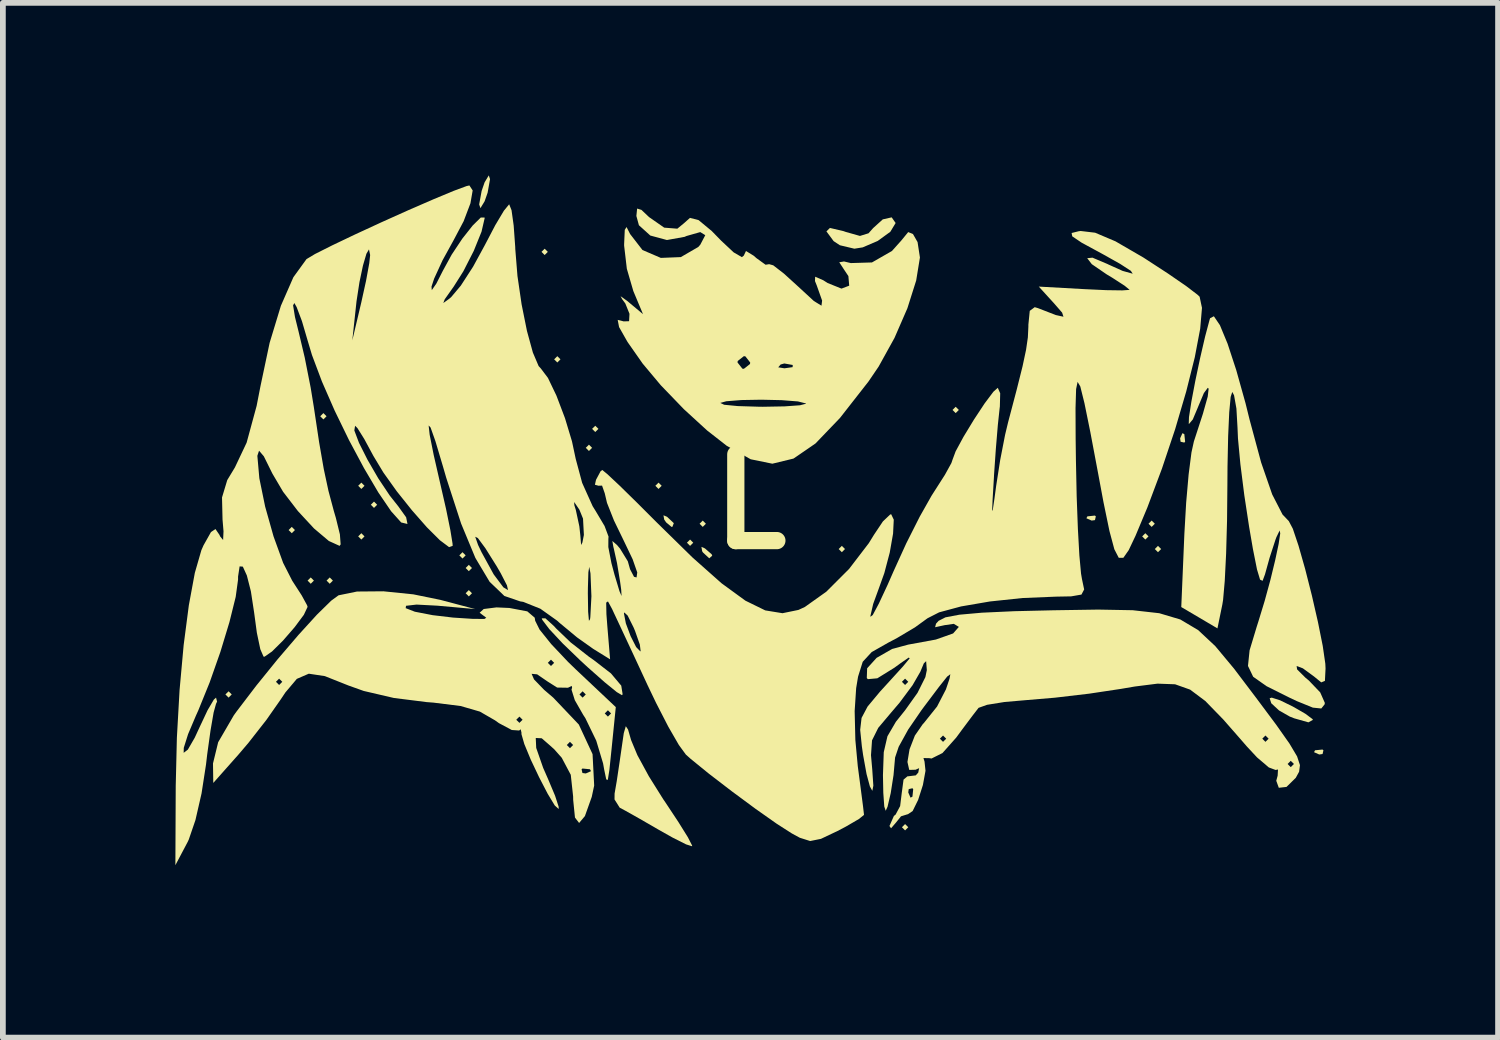
<source format=kicad_pcb>
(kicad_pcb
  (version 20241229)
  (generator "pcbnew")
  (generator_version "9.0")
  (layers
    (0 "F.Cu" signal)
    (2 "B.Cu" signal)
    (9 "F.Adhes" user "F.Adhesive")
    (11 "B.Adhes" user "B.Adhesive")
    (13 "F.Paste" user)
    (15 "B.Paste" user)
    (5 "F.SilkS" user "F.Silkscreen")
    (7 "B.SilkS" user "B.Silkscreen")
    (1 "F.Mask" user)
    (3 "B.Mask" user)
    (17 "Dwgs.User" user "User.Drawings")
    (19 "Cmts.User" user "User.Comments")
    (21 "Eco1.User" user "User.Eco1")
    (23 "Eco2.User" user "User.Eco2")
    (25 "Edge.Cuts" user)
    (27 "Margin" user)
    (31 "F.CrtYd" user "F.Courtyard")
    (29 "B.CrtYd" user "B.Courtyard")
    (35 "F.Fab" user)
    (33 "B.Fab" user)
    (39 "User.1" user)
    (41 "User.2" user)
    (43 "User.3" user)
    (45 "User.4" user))
  (footprint "L"
    (layer "F.Cu")
    (at 9.996 5.673)
    (property "Reference" "L" (at 0 0 0) (layer "F.SilkS") (effects (font (size 1.5 1.5) (thickness 0.3))))
    (attr board_only exclude_from_pos_files exclude_from_bom)
    (fp_poly (pts (xy -9.016 3.354) (xy -9.071 3.409) (xy -9.126 3.354) (xy -9.071 3.299)) (stroke (width 0) (type solid)) (fill yes) (layer "F.SilkS"))
    (fp_poly (pts (xy -7.917 0.495) (xy -7.972 0.55) (xy -8.027 0.495) (xy -7.972 0.44)) (stroke (width 0) (type solid)) (fill yes) (layer "F.SilkS"))
    (fp_poly (pts (xy -7.587 1.374) (xy -7.642 1.429) (xy -7.697 1.374) (xy -7.642 1.319)) (stroke (width 0) (type solid)) (fill yes) (layer "F.SilkS"))
    (fp_poly (pts (xy -7.367 -1.484) (xy -7.422 -1.429) (xy -7.477 -1.484) (xy -7.422 -1.539)) (stroke (width 0) (type solid)) (fill yes) (layer "F.SilkS"))
    (fp_poly (pts (xy -7.257 1.374) (xy -7.312 1.429) (xy -7.367 1.374) (xy -7.312 1.319)) (stroke (width 0) (type solid)) (fill yes) (layer "F.SilkS"))
    (fp_poly (pts (xy -6.707 -0.275) (xy -6.762 -0.22) (xy -6.817 -0.275) (xy -6.762 -0.33)) (stroke (width 0) (type solid)) (fill yes) (layer "F.SilkS"))
    (fp_poly (pts (xy -6.707 0.605) (xy -6.762 0.66) (xy -6.817 0.605) (xy -6.762 0.55)) (stroke (width 0) (type solid)) (fill yes) (layer "F.SilkS"))
    (fp_poly (pts (xy -6.487 0.055) (xy -6.542 0.11) (xy -6.597 0.055) (xy -6.542 -0.000001)) (stroke (width 0) (type solid)) (fill yes) (layer "F.SilkS"))
    (fp_poly (pts (xy -4.948 0.935) (xy -5.003 0.99) (xy -5.058 0.935) (xy -5.003 0.88)) (stroke (width 0) (type solid)) (fill yes) (layer "F.SilkS"))
    (fp_poly (pts (xy -4.838 1.155) (xy -4.893 1.21) (xy -4.948 1.155) (xy -4.893 1.1)) (stroke (width 0) (type solid)) (fill yes) (layer "F.SilkS"))
    (fp_poly (pts (xy -4.838 1.594) (xy -4.893 1.649) (xy -4.948 1.594) (xy -4.893 1.539)) (stroke (width 0) (type solid)) (fill yes) (layer "F.SilkS"))
    (fp_poly (pts (xy -3.519 -4.343) (xy -3.574 -4.288) (xy -3.629 -4.343) (xy -3.574 -4.398)) (stroke (width 0) (type solid)) (fill yes) (layer "F.SilkS"))
    (fp_poly (pts (xy -3.299 -2.474) (xy -3.354 -2.419) (xy -3.409 -2.474) (xy -3.354 -2.529)) (stroke (width 0) (type solid)) (fill yes) (layer "F.SilkS"))
    (fp_poly (pts (xy -2.749 -0.935) (xy -2.804 -0.88) (xy -2.859 -0.935) (xy -2.804 -0.99)) (stroke (width 0) (type solid)) (fill yes) (layer "F.SilkS"))
    (fp_poly (pts (xy -2.639 -1.265) (xy -2.694 -1.21) (xy -2.749 -1.265) (xy -2.694 -1.319)) (stroke (width 0) (type solid)) (fill yes) (layer "F.SilkS"))
    (fp_poly (pts (xy -1.539 -0.275) (xy -1.594 -0.22) (xy -1.649 -0.275) (xy -1.594 -0.33)) (stroke (width 0) (type solid)) (fill yes) (layer "F.SilkS"))
    (fp_poly (pts (xy -0.99 0.715) (xy -1.045 0.77) (xy -1.1 0.715) (xy -1.045 0.66)) (stroke (width 0) (type solid)) (fill yes) (layer "F.SilkS"))
    (fp_poly (pts (xy -0.77 0.385) (xy -0.825 0.44) (xy -0.88 0.385) (xy -0.825 0.33)) (stroke (width 0) (type solid)) (fill yes) (layer "F.SilkS"))
    (fp_poly (pts (xy 1.649 0.825) (xy 1.594 0.88) (xy 1.539 0.825) (xy 1.594 0.77)) (stroke (width 0) (type solid)) (fill yes) (layer "F.SilkS"))
    (fp_poly (pts (xy 2.749 5.663) (xy 2.694 5.718) (xy 2.639 5.663) (xy 2.694 5.608)) (stroke (width 0) (type solid)) (fill yes) (layer "F.SilkS"))
    (fp_poly (pts (xy 3.629 -1.594) (xy 3.574 -1.539) (xy 3.519 -1.594) (xy 3.574 -1.649)) (stroke (width 0) (type solid)) (fill yes) (layer "F.SilkS"))
    (fp_poly (pts (xy 6.927 0.605) (xy 6.872 0.66) (xy 6.817 0.605) (xy 6.872 0.55)) (stroke (width 0) (type solid)) (fill yes) (layer "F.SilkS"))
    (fp_poly (pts (xy 7.037 0.385) (xy 6.982 0.44) (xy 6.927 0.385) (xy 6.982 0.33)) (stroke (width 0) (type solid)) (fill yes) (layer "F.SilkS"))
    (fp_poly (pts (xy 7.147 0.825) (xy 7.092 0.88) (xy 7.037 0.825) (xy 7.092 0.77)) (stroke (width 0) (type solid)) (fill yes) (layer "F.SilkS"))
    (fp_poly (pts (xy 6.011 0.257) (xy 5.996 0.322) (xy 5.938 0.33) (xy 5.847 0.29) (xy 5.864 0.257) (xy 5.995 0.243)) (stroke (width 0) (type solid)) (fill yes) (layer "F.SilkS"))
    (fp_poly (pts (xy 7.55 -1.173) (xy 7.564 -1.042) (xy 7.55 -1.026) (xy 7.485 -1.041) (xy 7.477 -1.1) (xy 7.517 -1.19)) (stroke (width 0) (type solid)) (fill yes) (layer "F.SilkS"))
    (fp_poly (pts (xy 9.969 4.325) (xy 9.954 4.39) (xy 9.896 4.398) (xy 9.806 4.358) (xy 9.823 4.325) (xy 9.953 4.312)) (stroke (width 0) (type solid)) (fill yes) (layer "F.SilkS"))
    (fp_poly (pts (xy -1.446 0.264) (xy -1.328 0.375) (xy -1.353 0.439) (xy -1.368 0.44) (xy -1.461 0.362) (xy -1.495 0.313) (xy -1.508 0.238)) (stroke (width 0) (type solid)) (fill yes) (layer "F.SilkS"))
    (fp_poly (pts (xy -0.787 0.814) (xy -0.67 0.916) (xy -0.66 0.941) (xy -0.712 0.986) (xy -0.821 0.885) (xy -0.835 0.863) (xy -0.848 0.787)) (stroke (width 0) (type solid)) (fill yes) (layer "F.SilkS"))
    (fp_poly (pts (xy -4.524 -5.608) (xy -4.566 -5.372) (xy -4.618 -5.223) (xy -4.691 -5.103) (xy -4.713 -5.168) (xy -4.67 -5.403) (xy -4.618 -5.553) (xy -4.546 -5.673)) (stroke (width 0) (type solid)) (fill yes) (layer "F.SilkS"))
    (fp_poly (pts (xy 9.214 3.455) (xy 9.437 3.564) (xy 9.654 3.689) (xy 9.779 3.782) (xy 9.786 3.796) (xy 9.708 3.839) (xy 9.461 3.769) (xy 9.385 3.739) (xy 9.197 3.632) (xy 9.062 3.507) (xy 9.034 3.42) (xy 9.07 3.409)) (stroke (width 0) (type solid)) (fill yes) (layer "F.SilkS"))
    (fp_poly (pts (xy 2.529 -4.845) (xy 2.529 -4.844) (xy 2.437 -4.692) (xy 2.218 -4.533) (xy 1.957 -4.421) (xy 1.812 -4.398) (xy 1.56 -4.458) (xy 1.451 -4.53) (xy 1.326 -4.699) (xy 1.387 -4.759) (xy 1.625 -4.703) (xy 1.658 -4.691) (xy 1.909 -4.62) (xy 2.058 -4.666) (xy 2.138 -4.756) (xy 2.306 -4.908) (xy 2.461 -4.943)) (stroke (width 0) (type solid)) (fill yes) (layer "F.SilkS"))
    (fp_poly (pts (xy -3.41 2.167) (xy -3.377 2.204) (xy -3.124 2.447) (xy -2.801 2.7) (xy -2.723 2.754) (xy -2.421 2.988) (xy -2.242 3.201) (xy -2.218 3.352) (xy -2.23 3.366) (xy -2.32 3.313) (xy -2.531 3.141) (xy -2.823 2.883) (xy -2.947 2.769) (xy -3.258 2.469) (xy -3.493 2.218) (xy -3.615 2.057) (xy -3.625 2.03) (xy -3.561 2.03)) (stroke (width 0) (type solid)) (fill yes) (layer "F.SilkS"))
    (fp_poly (pts (xy -2.124 3.964) (xy -2.071 4.147) (xy -1.962 4.409) (xy -1.763 4.775) (xy -1.514 5.173) (xy -1.475 5.23) (xy -1.248 5.573) (xy -1.083 5.838) (xy -1.01 5.981) (xy -1.01 5.994) (xy -1.115 5.961) (xy -1.351 5.842) (xy -1.594 5.705) (xy -1.916 5.519) (xy -2.168 5.377) (xy -2.269 5.323) (xy -2.359 5.18) (xy -2.358 5.078) (xy -2.321 4.864) (xy -2.271 4.529) (xy -2.244 4.343) (xy -2.198 4.026) (xy -2.163 3.906)) (stroke (width 0) (type solid)) (fill yes) (layer "F.SilkS"))
    (fp_poly (pts (xy 8.169 -3.068) (xy 8.302 -2.747) (xy 8.453 -2.287) (xy 8.614 -1.712) (xy 8.684 -1.429) (xy 8.886 -0.68) (xy 9.078 -0.125) (xy 9.258 0.225) (xy 9.367 0.339) (xy 9.437 0.472) (xy 9.536 0.767) (xy 9.651 1.171) (xy 9.768 1.632) (xy 9.874 2.095) (xy 9.957 2.509) (xy 10.002 2.819) (xy 10.006 2.903) (xy 9.995 3.118) (xy 9.931 3.144) (xy 9.805 3.041) (xy 9.612 2.9) (xy 9.503 2.859) (xy 9.511 2.918) (xy 9.657 3.063) (xy 9.716 3.112) (xy 9.913 3.318) (xy 9.993 3.499) (xy 9.991 3.524) (xy 9.932 3.598) (xy 9.785 3.583) (xy 9.505 3.469) (xy 9.378 3.409) (xy 8.98 3.21) (xy 8.747 3.046) (xy 8.657 2.858) (xy 8.685 2.587) (xy 8.809 2.176) (xy 8.839 2.082) (xy 8.947 1.728) (xy 9.047 1.362) (xy 9.13 1.02) (xy 9.19 0.738) (xy 9.218 0.553) (xy 9.208 0.502) (xy 9.151 0.62) (xy 9.136 0.66) (xy 9.032 0.98) (xy 8.953 1.265) (xy 8.911 1.378) (xy 8.867 1.357) (xy 8.814 1.18) (xy 8.743 0.824) (xy 8.677 0.44) (xy 8.593 -0.112) (xy 8.525 -0.651) (xy 8.483 -1.098) (xy 8.475 -1.286) (xy 8.456 -1.618) (xy 8.415 -1.848) (xy 8.384 -1.907) (xy 8.356 -1.822) (xy 8.331 -1.553) (xy 8.312 -1.136) (xy 8.301 -0.609) (xy 8.299 -0.292) (xy 8.293 0.328) (xy 8.277 0.903) (xy 8.253 1.381) (xy 8.224 1.711) (xy 8.211 1.79) (xy 8.126 2.205) (xy 7.811 2.019) (xy 7.497 1.834) (xy 7.551 0.559) (xy 7.582 0.018) (xy 7.625 -0.473) (xy 7.674 -0.854) (xy 7.716 -1.045) (xy 7.873 -1.527) (xy 7.957 -1.826) (xy 7.973 -1.964) (xy 7.958 -1.979) (xy 7.89 -1.887) (xy 7.796 -1.664) (xy 7.788 -1.644) (xy 7.697 -1.428) (xy 7.631 -1.35) (xy 7.627 -1.353) (xy 7.631 -1.469) (xy 7.673 -1.74) (xy 7.742 -2.104) (xy 7.826 -2.501) (xy 7.912 -2.872) (xy 7.988 -3.157) (xy 7.998 -3.189) (xy 8.064 -3.223)) (stroke (width 0) (type solid)) (fill yes) (layer "F.SilkS"))
    (fp_poly (pts (xy -1.891 -5.073) (xy -1.759 -4.948) (xy -1.495 -4.764) (xy -1.267 -4.746) (xy -1.155 -4.838) (xy -1.047 -4.934) (xy -0.897 -4.895) (xy -0.669 -4.706) (xy -0.503 -4.536) (xy -0.287 -4.334) (xy -0.144 -4.251) (xy -0.111 -4.278) (xy -0.073 -4.358) (xy 0.061 -4.276) (xy 0.11 -4.233) (xy 0.268 -4.119) (xy 0.33 -4.129) (xy 0.401 -4.109) (xy 0.587 -3.965) (xy 0.841 -3.734) (xy 1.108 -3.488) (xy 1.24 -3.407) (xy 1.251 -3.496) (xy 1.157 -3.761) (xy 1.127 -3.835) (xy 1.13 -3.911) (xy 1.27 -3.85) (xy 1.347 -3.801) (xy 1.588 -3.704) (xy 1.722 -3.755) (xy 1.708 -3.921) (xy 1.631 -4.037) (xy 1.549 -4.162) (xy 1.632 -4.176) (xy 1.75 -4.148) (xy 2.118 -4.159) (xy 2.465 -4.358) (xy 2.628 -4.54) (xy 2.748 -4.687) (xy 2.831 -4.653) (xy 2.911 -4.513) (xy 2.952 -4.245) (xy 2.887 -3.845) (xy 2.734 -3.362) (xy 2.51 -2.847) (xy 2.234 -2.348) (xy 2.058 -2.089) (xy 1.562 -1.455) (xy 1.136 -1.011) (xy 0.753 -0.748) (xy 0.386 -0.659) (xy 0.009 -0.736) (xy -0.406 -0.969) (xy -0.749 -1.237) (xy -1.153 -1.607) (xy -1.258 -1.716) (xy -0.52 -1.716) (xy -0.452 -1.684) (xy -0.214 -1.661) (xy 0.147 -1.65) (xy 0.22 -1.649) (xy 0.599 -1.656) (xy 0.866 -1.675) (xy 0.971 -1.702) (xy 0.969 -1.707) (xy 0.83 -1.742) (xy 0.547 -1.764) (xy 0.195 -1.772) (xy -0.151 -1.766) (xy -0.415 -1.745) (xy -0.52 -1.716) (xy -1.258 -1.716) (xy -1.555 -2.024) (xy -1.869 -2.399) (xy -1.872 -2.403) (xy -1.883 -2.419) (xy -0.22 -2.419) (xy -0.136 -2.312) (xy -0.11 -2.309) (xy -0.076 -2.335) (xy 0.488 -2.335) (xy 0.596 -2.318) (xy 0.738 -2.338) (xy 0.74 -2.376) (xy 0.593 -2.402) (xy 0.529 -2.384) (xy 0.488 -2.335) (xy -0.076 -2.335) (xy -0.003 -2.393) (xy -0.000001 -2.419) (xy -0.084 -2.526) (xy -0.11 -2.529) (xy -0.217 -2.445) (xy -0.22 -2.419) (xy -1.883 -2.419) (xy -2.133 -2.776) (xy -2.28 -3.035) (xy -2.304 -3.16) (xy -2.199 -3.134) (xy -2.106 -3.137) (xy -2.099 -3.266) (xy -2.171 -3.445) (xy -2.227 -3.521) (xy -2.254 -3.572) (xy -2.139 -3.49) (xy -2.114 -3.469) (xy -1.864 -3.26) (xy -2.032 -3.661) (xy -2.145 -4.049) (xy -2.192 -4.451) (xy -2.192 -4.477) (xy -2.181 -4.725) (xy -2.15 -4.775) (xy -2.088 -4.653) (xy -1.873 -4.375) (xy -1.554 -4.238) (xy -1.206 -4.252) (xy -0.903 -4.428) (xy -0.868 -4.467) (xy -0.781 -4.633) (xy -0.868 -4.687) (xy -1.107 -4.619) (xy -1.141 -4.604) (xy -1.448 -4.549) (xy -1.737 -4.627) (xy -1.935 -4.806) (xy -1.979 -4.967) (xy -1.966 -5.096)) (stroke (width 0) (type solid)) (fill yes) (layer "F.SilkS"))
    (fp_poly (pts (xy -5.858 1.613) (xy -5.388 1.709) (xy -4.783 1.869) (xy -5.441 1.81) (xy -5.802 1.791) (xy -5.985 1.812) (xy -5.991 1.853) (xy -5.832 1.915) (xy -5.522 1.975) (xy -5.168 2.017) (xy -4.83 2.039) (xy -4.622 2.041) (xy -4.589 2.02) (xy -4.591 2.019) (xy -4.705 1.933) (xy -4.634 1.868) (xy -4.412 1.84) (xy -4.187 1.85) (xy -3.876 1.909) (xy -3.747 2.019) (xy -3.739 2.072) (xy -3.663 2.225) (xy -3.46 2.478) (xy -3.168 2.787) (xy -3.038 2.913) (xy -2.337 3.574) (xy -2.409 4.288) (xy -2.448 4.664) (xy -2.476 4.84) (xy -2.503 4.832) (xy -2.539 4.66) (xy -2.558 4.553) (xy -2.677 4.157) (xy -2.867 3.765) (xy -2.903 3.71) (xy -2.918 3.684) (xy -2.529 3.684) (xy -2.474 3.739) (xy -2.419 3.684) (xy -2.474 3.629) (xy -2.529 3.684) (xy -2.918 3.684) (xy -3.05 3.453) (xy -3.081 3.354) (xy -2.969 3.354) (xy -2.914 3.409) (xy -2.859 3.354) (xy -2.914 3.299) (xy -2.969 3.354) (xy -3.081 3.354) (xy -3.107 3.271) (xy -3.097 3.235) (xy -3.104 3.205) (xy -3.168 3.237) (xy -3.357 3.234) (xy -3.526 3.127) (xy -3.705 3.004) (xy -3.801 2.995) (xy -3.759 3.092) (xy -3.584 3.273) (xy -3.423 3.411) (xy -2.98 3.877) (xy -2.741 4.392) (xy -2.713 4.938) (xy -2.755 5.135) (xy -2.874 5.469) (xy -2.975 5.589) (xy -3.047 5.495) (xy -3.078 5.188) (xy -3.079 5.129) (xy -3.12 4.751) (xy -3.171 4.655) (xy -2.932 4.655) (xy -2.917 4.72) (xy -2.859 4.728) (xy -2.768 4.688) (xy -2.786 4.655) (xy -2.916 4.642) (xy -2.932 4.655) (xy -3.171 4.655) (xy -3.277 4.455) (xy -3.409 4.306) (xy -3.491 4.233) (xy -3.189 4.233) (xy -3.134 4.288) (xy -3.079 4.233) (xy -3.134 4.178) (xy -3.189 4.233) (xy -3.491 4.233) (xy -3.625 4.116) (xy -3.729 4.111) (xy -3.721 4.284) (xy -3.6 4.631) (xy -3.514 4.827) (xy -3.393 5.115) (xy -3.331 5.306) (xy -3.33 5.346) (xy -3.398 5.285) (xy -3.521 5.082) (xy -3.67 4.795) (xy -3.816 4.487) (xy -3.928 4.216) (xy -3.978 4.043) (xy -3.977 4.02) (xy -3.991 3.96) (xy -4.018 3.981) (xy -4.146 3.972) (xy -4.369 3.853) (xy -4.439 3.803) (xy -4.455 3.794) (xy -4.068 3.794) (xy -4.013 3.848) (xy -3.958 3.794) (xy -4.013 3.739) (xy -4.068 3.794) (xy -4.455 3.794) (xy -4.701 3.652) (xy -5.035 3.555) (xy -5.508 3.496) (xy -5.626 3.487) (xy -6.197 3.415) (xy -6.721 3.293) (xy -6.987 3.198) (xy -7.397 3.035) (xy -7.676 2.993) (xy -7.884 3.083) (xy -8.083 3.319) (xy -8.161 3.436) (xy -8.413 3.796) (xy -8.726 4.196) (xy -8.898 4.398) (xy -9.337 4.893) (xy -9.342 4.554) (xy -9.252 4.185) (xy -8.98 3.717) (xy -8.934 3.653) (xy -8.587 3.198) (xy -8.535 3.134) (xy -8.247 3.134) (xy -8.192 3.189) (xy -8.137 3.134) (xy -8.192 3.079) (xy -8.247 3.134) (xy -8.535 3.134) (xy -8.268 2.804) (xy -3.519 2.804) (xy -3.464 2.859) (xy -3.409 2.804) (xy -3.464 2.749) (xy -3.519 2.804) (xy -8.268 2.804) (xy -8.217 2.741) (xy -7.855 2.318) (xy -7.534 1.966) (xy -7.286 1.723) (xy -7.159 1.63) (xy -6.837 1.564) (xy -6.379 1.56)) (stroke (width 0) (type solid)) (fill yes) (layer "F.SilkS"))
    (fp_poly (pts (xy 6.652 1.889) (xy 7.114 1.941) (xy 7.48 2.05) (xy 7.791 2.235) (xy 8.088 2.513) (xy 8.413 2.903) (xy 8.799 3.413) (xy 9.148 3.881) (xy 9.379 4.209) (xy 9.511 4.431) (xy 9.561 4.583) (xy 9.546 4.698) (xy 9.488 4.804) (xy 9.327 4.962) (xy 9.193 4.977) (xy 9.149 4.855) (xy 9.173 4.766) (xy 9.179 4.659) (xy 9.137 4.667) (xy 9.019 4.623) (xy 8.949 4.563) (xy 9.346 4.563) (xy 9.401 4.618) (xy 9.456 4.563) (xy 9.401 4.508) (xy 9.346 4.563) (xy 8.949 4.563) (xy 8.815 4.449) (xy 8.639 4.26) (xy 8.52 4.123) (xy 8.906 4.123) (xy 8.961 4.178) (xy 9.016 4.123) (xy 8.961 4.068) (xy 8.906 4.123) (xy 8.52 4.123) (xy 8.229 3.791) (xy 7.915 3.468) (xy 7.651 3.27) (xy 7.389 3.177) (xy 7.084 3.166) (xy 6.688 3.216) (xy 6.448 3.257) (xy 5.897 3.34) (xy 5.301 3.41) (xy 4.816 3.451) (xy 4.423 3.485) (xy 4.12 3.534) (xy 3.971 3.587) (xy 3.97 3.589) (xy 3.862 3.729) (xy 3.678 3.975) (xy 3.584 4.103) (xy 3.344 4.373) (xy 3.154 4.468) (xy 3.117 4.462) (xy 3.013 4.46) (xy 3.032 4.521) (xy 3.049 4.681) (xy 3.004 4.928) (xy 2.921 5.187) (xy 2.825 5.382) (xy 2.741 5.438) (xy 2.739 5.437) (xy 2.623 5.473) (xy 2.539 5.578) (xy 2.45 5.681) (xy 2.422 5.642) (xy 2.499 5.467) (xy 2.529 5.443) (xy 2.608 5.295) (xy 2.637 5.058) (xy 2.749 5.058) (xy 2.789 5.149) (xy 2.822 5.131) (xy 2.835 5.001) (xy 2.822 4.985) (xy 2.757 5) (xy 2.749 5.058) (xy 2.637 5.058) (xy 2.639 5.045) (xy 2.667 4.835) (xy 2.737 4.776) (xy 2.741 4.778) (xy 2.88 4.761) (xy 2.923 4.713) (xy 2.938 4.636) (xy 2.876 4.663) (xy 2.766 4.666) (xy 2.735 4.528) (xy 2.771 4.309) (xy 2.843 4.123) (xy 3.299 4.123) (xy 3.354 4.178) (xy 3.409 4.123) (xy 3.354 4.068) (xy 3.299 4.123) (xy 2.843 4.123) (xy 2.864 4.069) (xy 3.003 3.868) (xy 3.018 3.854) (xy 3.25 3.564) (xy 3.404 3.266) (xy 3.466 3.082) (xy 3.481 3.002) (xy 3.426 3.043) (xy 3.282 3.224) (xy 3.029 3.56) (xy 2.98 3.626) (xy 2.748 3.964) (xy 2.583 4.263) (xy 2.52 4.45) (xy 2.493 4.756) (xy 2.444 5.07) (xy 2.389 5.306) (xy 2.357 5.377) (xy 2.332 5.303) (xy 2.315 5.064) (xy 2.309 4.757) (xy 2.323 4.358) (xy 2.387 4.081) (xy 2.534 3.829) (xy 2.694 3.629) (xy 2.91 3.326) (xy 3.047 3.052) (xy 3.072 2.931) (xy 3.06 2.775) (xy 3.02 2.813) (xy 2.959 2.959) (xy 2.824 3.193) (xy 2.598 3.497) (xy 2.458 3.661) (xy 2.227 3.935) (xy 2.119 4.152) (xy 2.101 4.41) (xy 2.123 4.661) (xy 2.142 4.94) (xy 2.124 5.03) (xy 2.082 4.954) (xy 2.024 4.739) (xy 1.964 4.408) (xy 1.942 4.255) (xy 1.913 3.969) (xy 1.937 3.762) (xy 2.042 3.564) (xy 2.257 3.306) (xy 2.393 3.157) (xy 2.414 3.134) (xy 2.639 3.134) (xy 2.694 3.189) (xy 2.749 3.134) (xy 2.694 3.079) (xy 2.639 3.134) (xy 2.414 3.134) (xy 2.655 2.869) (xy 2.774 2.726) (xy 2.758 2.712) (xy 2.612 2.813) (xy 2.508 2.889) (xy 2.211 3.073) (xy 2.046 3.088) (xy 2.028 3.068) (xy 2.034 2.899) (xy 2.199 2.717) (xy 2.468 2.563) (xy 2.749 2.487) (xy 3.229 2.399) (xy 3.529 2.293) (xy 3.629 2.179) (xy 3.541 2.126) (xy 3.381 2.149) (xy 3.216 2.185) (xy 3.232 2.123) (xy 3.276 2.074) (xy 3.395 2.013) (xy 3.638 1.967) (xy 4.029 1.932) (xy 4.594 1.906) (xy 5.274 1.89) (xy 6.052 1.878)) (stroke (width 0) (type solid)) (fill yes) (layer "F.SilkS"))
    (fp_poly (pts (xy -4.826 -5.411) (xy -4.865 -5.187) (xy -4.983 -4.876) (xy -5.159 -4.543) (xy -5.351 -4.194) (xy -5.496 -3.878) (xy -5.542 -3.739) (xy -5.537 -3.677) (xy -5.458 -3.791) (xy -5.345 -4.013) (xy -5.191 -4.295) (xy -5.006 -4.573) (xy -4.825 -4.802) (xy -4.685 -4.94) (xy -4.619 -4.94) (xy -4.618 -4.927) (xy -4.672 -4.694) (xy -4.807 -4.36) (xy -4.988 -4.005) (xy -5.156 -3.739) (xy -5.312 -3.518) (xy -5.337 -3.453) (xy -5.237 -3.525) (xy -5.2 -3.556) (xy -5.032 -3.756) (xy -4.819 -4.085) (xy -4.613 -4.463) (xy -4.432 -4.809) (xy -4.282 -5.06) (xy -4.194 -5.167) (xy -4.19 -5.168) (xy -4.15 -5.067) (xy -4.113 -4.802) (xy -4.086 -4.428) (xy -4.085 -4.392) (xy -4.047 -3.923) (xy -3.975 -3.43) (xy -3.882 -2.968) (xy -3.779 -2.592) (xy -3.679 -2.357) (xy -3.639 -2.313) (xy -3.517 -2.151) (xy -3.369 -1.842) (xy -3.221 -1.452) (xy -3.099 -1.048) (xy -3.034 -0.743) (xy -2.922 -0.326) (xy -2.74 0.079) (xy -2.686 0.166) (xy -2.532 0.425) (xy -2.463 0.609) (xy -2.466 0.647) (xy -2.467 0.791) (xy -2.413 1.07) (xy -2.359 1.272) (xy -2.273 1.558) (xy -2.237 1.642) (xy -2.243 1.532) (xy -2.262 1.394) (xy -2.316 1.069) (xy -2.372 0.816) (xy -2.379 0.789) (xy -2.397 0.685) (xy -2.316 0.755) (xy -2.263 0.818) (xy -2.128 1.038) (xy -2.089 1.176) (xy -2.02 1.308) (xy -1.976 1.319) (xy -1.964 1.232) (xy -2.044 1.003) (xy -2.195 0.687) (xy -2.369 0.328) (xy -2.49 0.022) (xy -2.529 -0.144) (xy -2.576 -0.278) (xy -2.638 -0.276) (xy -2.7 -0.293) (xy -2.681 -0.379) (xy -2.602 -0.527) (xy -2.572 -0.55) (xy -2.482 -0.476) (xy -2.27 -0.277) (xy -1.968 0.019) (xy -1.621 0.366) (xy -1.002 0.973) (xy -0.497 1.421) (xy -0.083 1.723) (xy 0.262 1.892) (xy 0.562 1.941) (xy 0.839 1.884) (xy 0.95 1.833) (xy 1.325 1.566) (xy 1.72 1.171) (xy 2.063 0.723) (xy 2.153 0.577) (xy 2.308 0.345) (xy 2.434 0.225) (xy 2.452 0.22) (xy 2.497 0.314) (xy 2.485 0.557) (xy 2.427 0.887) (xy 2.333 1.243) (xy 2.242 1.497) (xy 2.139 1.78) (xy 2.091 1.988) (xy 2.091 2.003) (xy 2.131 1.973) (xy 2.237 1.775) (xy 2.39 1.447) (xy 2.494 1.21) (xy 2.714 0.727) (xy 2.948 0.263) (xy 3.154 -0.102) (xy 3.207 -0.185) (xy 3.386 -0.465) (xy 3.499 -0.67) (xy 3.519 -0.729) (xy 3.573 -0.874) (xy 3.71 -1.127) (xy 3.891 -1.425) (xy 4.077 -1.707) (xy 4.23 -1.911) (xy 4.306 -1.979) (xy 4.348 -1.884) (xy 4.342 -1.653) (xy 4.338 -1.622) (xy 4.307 -1.332) (xy 4.272 -0.912) (xy 4.24 -0.452) (xy 4.24 -0.44) (xy 4.216 -0.035) (xy 4.208 0.158) (xy 4.218 0.15) (xy 4.248 -0.052) (xy 4.278 -0.275) (xy 4.348 -0.724) (xy 4.433 -1.161) (xy 4.484 -1.374) (xy 4.635 -1.947) (xy 4.737 -2.354) (xy 4.798 -2.641) (xy 4.829 -2.855) (xy 4.838 -3.042) (xy 4.838 -3.076) (xy 4.862 -3.317) (xy 4.948 -3.381) (xy 5.003 -3.365) (xy 5.315 -3.244) (xy 5.448 -3.215) (xy 5.425 -3.286) (xy 5.286 -3.446) (xy 5.019 -3.739) (xy 5.808 -3.695) (xy 6.193 -3.677) (xy 6.473 -3.673) (xy 6.596 -3.682) (xy 6.597 -3.684) (xy 6.512 -3.754) (xy 6.299 -3.892) (xy 6.199 -3.952) (xy 5.941 -4.129) (xy 5.861 -4.233) (xy 5.953 -4.242) (xy 6.215 -4.131) (xy 6.224 -4.126) (xy 6.477 -4.012) (xy 6.649 -3.964) (xy 6.652 -3.964) (xy 6.62 -4.013) (xy 6.432 -4.135) (xy 6.127 -4.306) (xy 6.103 -4.319) (xy 5.764 -4.503) (xy 5.601 -4.613) (xy 5.59 -4.671) (xy 5.711 -4.701) (xy 5.747 -4.706) (xy 5.999 -4.676) (xy 6.353 -4.526) (xy 6.839 -4.244) (xy 6.879 -4.218) (xy 7.263 -3.968) (xy 7.58 -3.75) (xy 7.779 -3.598) (xy 7.816 -3.563) (xy 7.857 -3.369) (xy 7.826 -3.006) (xy 7.732 -2.51) (xy 7.583 -1.915) (xy 7.39 -1.258) (xy 7.161 -0.574) (xy 6.907 0.103) (xy 6.701 0.595) (xy 6.583 0.844) (xy 6.49 0.977) (xy 6.41 0.978) (xy 6.333 0.829) (xy 6.248 0.512) (xy 6.144 0.009) (xy 6.05 -0.495) (xy 5.915 -1.211) (xy 5.813 -1.712) (xy 5.741 -2.002) (xy 5.694 -2.082) (xy 5.668 -1.956) (xy 5.658 -1.626) (xy 5.66 -1.093) (xy 5.665 -0.715) (xy 5.678 -0.091) (xy 5.699 0.475) (xy 5.725 0.938) (xy 5.754 1.253) (xy 5.77 1.347) (xy 5.808 1.528) (xy 5.761 1.617) (xy 5.582 1.648) (xy 5.317 1.653) (xy 4.736 1.677) (xy 4.169 1.737) (xy 3.668 1.823) (xy 3.286 1.926) (xy 3.084 2.029) (xy 2.866 2.187) (xy 2.548 2.376) (xy 2.405 2.451) (xy 2.113 2.617) (xy 1.957 2.786) (xy 1.876 3.045) (xy 1.843 3.244) (xy 1.817 3.643) (xy 1.829 4.145) (xy 1.871 4.599) (xy 1.923 4.994) (xy 1.962 5.295) (xy 1.979 5.443) (xy 1.979 5.449) (xy 1.891 5.52) (xy 1.666 5.651) (xy 1.52 5.728) (xy 1.231 5.865) (xy 1.043 5.903) (xy 0.863 5.846) (xy 0.723 5.77) (xy 0.461 5.602) (xy 0.092 5.342) (xy -0.322 5.036) (xy -0.719 4.731) (xy -1.035 4.474) (xy -1.118 4.4) (xy -1.24 4.233) (xy -1.423 3.916) (xy -1.637 3.5) (xy -1.786 3.189) (xy -2.003 2.721) (xy -2.198 2.303) (xy -2.345 1.989) (xy -2.365 1.947) (xy -2.195 1.947) (xy -2.162 2.118) (xy -2.079 2.34) (xy -1.983 2.53) (xy -1.911 2.604) (xy -1.905 2.601) (xy -1.919 2.486) (xy -2.002 2.25) (xy -2.028 2.188) (xy -2.131 1.982) (xy -2.19 1.927) (xy -2.195 1.947) (xy -2.365 1.947) (xy -2.401 1.869) (xy -2.473 1.736) (xy -2.504 1.757) (xy -2.5 1.958) (xy -2.484 2.169) (xy -2.436 2.743) (xy -2.73 2.561) (xy -3.01 2.362) (xy -3.315 2.109) (xy -3.358 2.07) (xy -3.649 1.863) (xy -3.946 1.744) (xy -4.001 1.735) (xy -4.275 1.641) (xy -4.323 1.594) (xy -2.823 1.594) (xy -2.818 1.915) (xy -2.804 2.074) (xy -2.785 2.045) (xy -2.78 2.009) (xy -2.761 1.646) (xy -2.777 1.254) (xy -2.779 1.239) (xy -2.799 1.135) (xy -2.814 1.23) (xy -2.822 1.5) (xy -2.823 1.594) (xy -4.323 1.594) (xy -4.531 1.395) (xy -4.779 0.98) (xy -4.932 0.611) (xy -4.782 0.611) (xy -4.732 0.754) (xy -4.672 0.88) (xy -4.461 1.265) (xy -4.292 1.491) (xy -4.211 1.539) (xy -4.23 1.456) (xy -4.338 1.246) (xy -4.407 1.127) (xy -4.605 0.811) (xy -4.735 0.635) (xy -4.782 0.611) (xy -4.932 0.611) (xy -5.027 0.382) (xy -5.149 0.007) (xy -3.061 0.007) (xy -3.058 0.062) (xy -3.032 0.146) (xy -2.971 0.43) (xy -2.954 0.586) (xy -2.94 0.755) (xy -2.918 0.711) (xy -2.892 0.58) (xy -2.907 0.296) (xy -2.97 0.141) (xy -3.061 0.007) (xy -5.149 0.007) (xy -5.286 -0.415) (xy -5.341 -0.605) (xy -5.474 -1.051) (xy -5.558 -1.288) (xy -5.592 -1.324) (xy -5.574 -1.163) (xy -5.504 -0.812) (xy -5.389 -0.309) (xy -5.289 0.128) (xy -5.214 0.496) (xy -5.176 0.731) (xy -5.174 0.77) (xy -5.236 0.792) (xy -5.396 0.672) (xy -5.622 0.447) (xy -5.882 0.151) (xy -6.145 -0.178) (xy -6.379 -0.506) (xy -6.553 -0.795) (xy -6.554 -0.797) (xy -6.711 -1.088) (xy -6.83 -1.278) (xy -6.871 -1.319) (xy -6.884 -1.237) (xy -6.803 -1.022) (xy -6.655 -0.728) (xy -6.468 -0.405) (xy -6.268 -0.105) (xy -6.12 0.082) (xy -5.983 0.273) (xy -5.96 0.389) (xy -5.961 0.389) (xy -6.069 0.363) (xy -6.244 0.168) (xy -6.466 -0.158) (xy -6.716 -0.582) (xy -6.976 -1.068) (xy -7.226 -1.582) (xy -7.447 -2.087) (xy -7.621 -2.55) (xy -7.697 -2.804) (xy -6.919 -2.804) (xy -6.763 -3.464) (xy -6.68 -3.841) (xy -6.624 -4.147) (xy -6.609 -4.288) (xy -6.629 -4.386) (xy -6.674 -4.31) (xy -6.734 -4.105) (xy -6.795 -3.815) (xy -6.846 -3.483) (xy -6.854 -3.409) (xy -6.919 -2.804) (xy -7.697 -2.804) (xy -7.795 -3.138) (xy -7.887 -3.382) (xy -7.927 -3.453) (xy -7.949 -3.413) (xy -7.916 -3.209) (xy -7.854 -2.958) (xy -7.747 -2.507) (xy -7.643 -1.98) (xy -7.589 -1.649) (xy -7.496 -1.03) (xy -7.415 -0.564) (xy -7.334 -0.187) (xy -7.24 0.165) (xy -7.205 0.284) (xy -7.135 0.57) (xy -7.122 0.744) (xy -7.14 0.77) (xy -7.327 0.685) (xy -7.585 0.467) (xy -7.866 0.164) (xy -8.123 -0.171) (xy -8.309 -0.487) (xy -8.313 -0.495) (xy -8.458 -0.788) (xy -8.541 -0.885) (xy -8.57 -0.798) (xy -8.57 -0.791) (xy -8.536 -0.406) (xy -8.435 0.087) (xy -8.289 0.605) (xy -8.122 1.066) (xy -7.964 1.376) (xy -7.8 1.63) (xy -7.706 1.802) (xy -7.697 1.831) (xy -7.762 1.969) (xy -7.922 2.184) (xy -8.124 2.417) (xy -8.316 2.607) (xy -8.445 2.697) (xy -8.463 2.696) (xy -8.519 2.567) (xy -8.579 2.282) (xy -8.627 1.927) (xy -8.683 1.56) (xy -8.753 1.285) (xy -8.823 1.131) (xy -8.879 1.127) (xy -8.906 1.304) (xy -8.906 1.356) (xy -8.947 1.657) (xy -9.056 2.096) (xy -9.213 2.613) (xy -9.4 3.145) (xy -9.597 3.63) (xy -9.638 3.721) (xy -9.775 4.044) (xy -9.85 4.282) (xy -9.852 4.369) (xy -9.779 4.313) (xy -9.659 4.105) (xy -9.573 3.919) (xy -9.436 3.628) (xy -9.327 3.443) (xy -9.289 3.409) (xy -9.271 3.479) (xy -9.289 3.516) (xy -9.331 3.668) (xy -9.385 3.981) (xy -9.443 4.398) (xy -9.463 4.57) (xy -9.541 5.075) (xy -9.647 5.538) (xy -9.763 5.877) (xy -9.783 5.92) (xy -9.996 6.323) (xy -9.99 4.948) (xy -9.97 4.106) (xy -9.923 3.275) (xy -9.852 2.494) (xy -9.762 1.803) (xy -9.658 1.24) (xy -9.544 0.845) (xy -9.507 0.761) (xy -9.377 0.53) (xy -9.299 0.477) (xy -9.23 0.578) (xy -9.218 0.605) (xy -9.166 0.668) (xy -9.159 0.516) (xy -9.176 0.313) (xy -9.185 -0.072) (xy -9.094 -0.374) (xy -8.961 -0.594) (xy -8.757 -1.025) (xy -8.583 -1.665) (xy -8.517 -2.004) (xy -8.357 -2.761) (xy -8.161 -3.406) (xy -7.944 -3.902) (xy -7.718 -4.214) (xy -7.714 -4.218) (xy -7.569 -4.305) (xy -7.273 -4.454) (xy -6.873 -4.645) (xy -6.414 -4.857) (xy -5.944 -5.068) (xy -5.509 -5.257) (xy -5.156 -5.404) (xy -4.932 -5.487) (xy -4.883 -5.498)) (stroke (width 0) (type solid)) (fill yes) (layer "F.SilkS")))
  (gr_rect
    (start -3 -3)
    (end 23.002 14.995)
    (stroke (width 0.1) (type default))
    (fill no)
    (layer "Edge.Cuts")))
</source>
